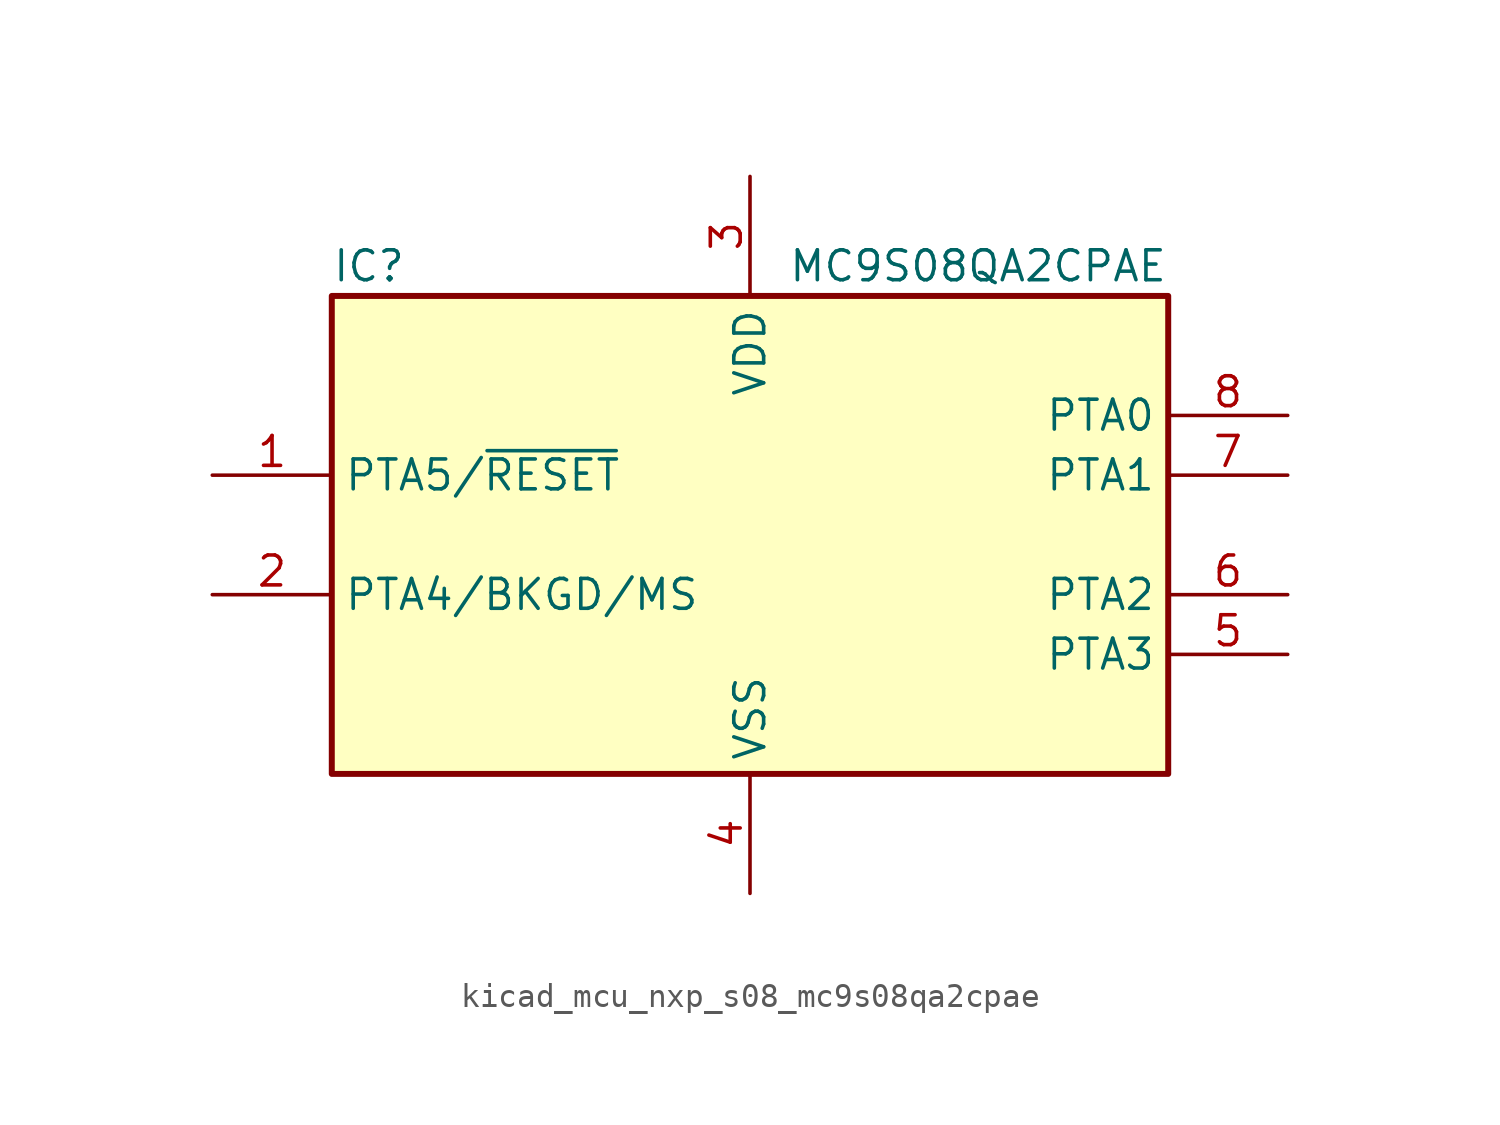
<source format=kicad_sym>
(kicad_symbol_lib
  (version 20220914)
  (generator kicad_symbol_editor)
  (symbol "kicad_mcu_nxp_s08_mc9s08qa2cpae"
    (property "Reference" "IC"
      (at -17.78 11.43 0)
      (effects (font (size 1.27 1.27)) (justify left)))
    (property "Value" "MC9S08QA2CPAE"
      (at 17.78 11.43 0)
      (effects (font (size 1.27 1.27)) (justify right)))
    (symbol "kicad_mcu_nxp_s08_mc9s08qa2cpae_0_1"
      (rectangle (start -17.78 10.16) (end 17.78 -10.16) (stroke (width 0.254) (type default)) (fill (type background))))
    (symbol "kicad_mcu_nxp_s08_mc9s08qa2cpae_1_1"
      (pin bidirectional line (at -22.86 2.54 0) (length 5.08) (name "PTA5/~{RESET}" (effects (font (size 1.27 1.27)))) (number "1" (effects (font (size 1.27 1.27)))))
      (pin bidirectional line (at -22.86 -2.54 0) (length 5.08) (name "PTA4/BKGD/MS" (effects (font (size 1.27 1.27)))) (number "2" (effects (font (size 1.27 1.27)))))
      (pin power_in line (at 0 15.24 270) (length 5.08) (name "VDD" (effects (font (size 1.27 1.27)))) (number "3" (effects (font (size 1.27 1.27)))))
      (pin power_in line (at 0 -15.24 90) (length 5.08) (name "VSS" (effects (font (size 1.27 1.27)))) (number "4" (effects (font (size 1.27 1.27)))))
      (pin bidirectional line (at 22.86 -5.08 180) (length 5.08) (name "PTA3" (effects (font (size 1.27 1.27)))) (number "5" (effects (font (size 1.27 1.27)))))
      (pin bidirectional line (at 22.86 -2.54 180) (length 5.08) (name "PTA2" (effects (font (size 1.27 1.27)))) (number "6" (effects (font (size 1.27 1.27)))))
      (pin bidirectional line (at 22.86 2.54 180) (length 5.08) (name "PTA1" (effects (font (size 1.27 1.27)))) (number "7" (effects (font (size 1.27 1.27)))))
      (pin bidirectional line (at 22.86 5.08 180) (length 5.08) (name "PTA0" (effects (font (size 1.27 1.27)))) (number "8" (effects (font (size 1.27 1.27))))))))
</source>
